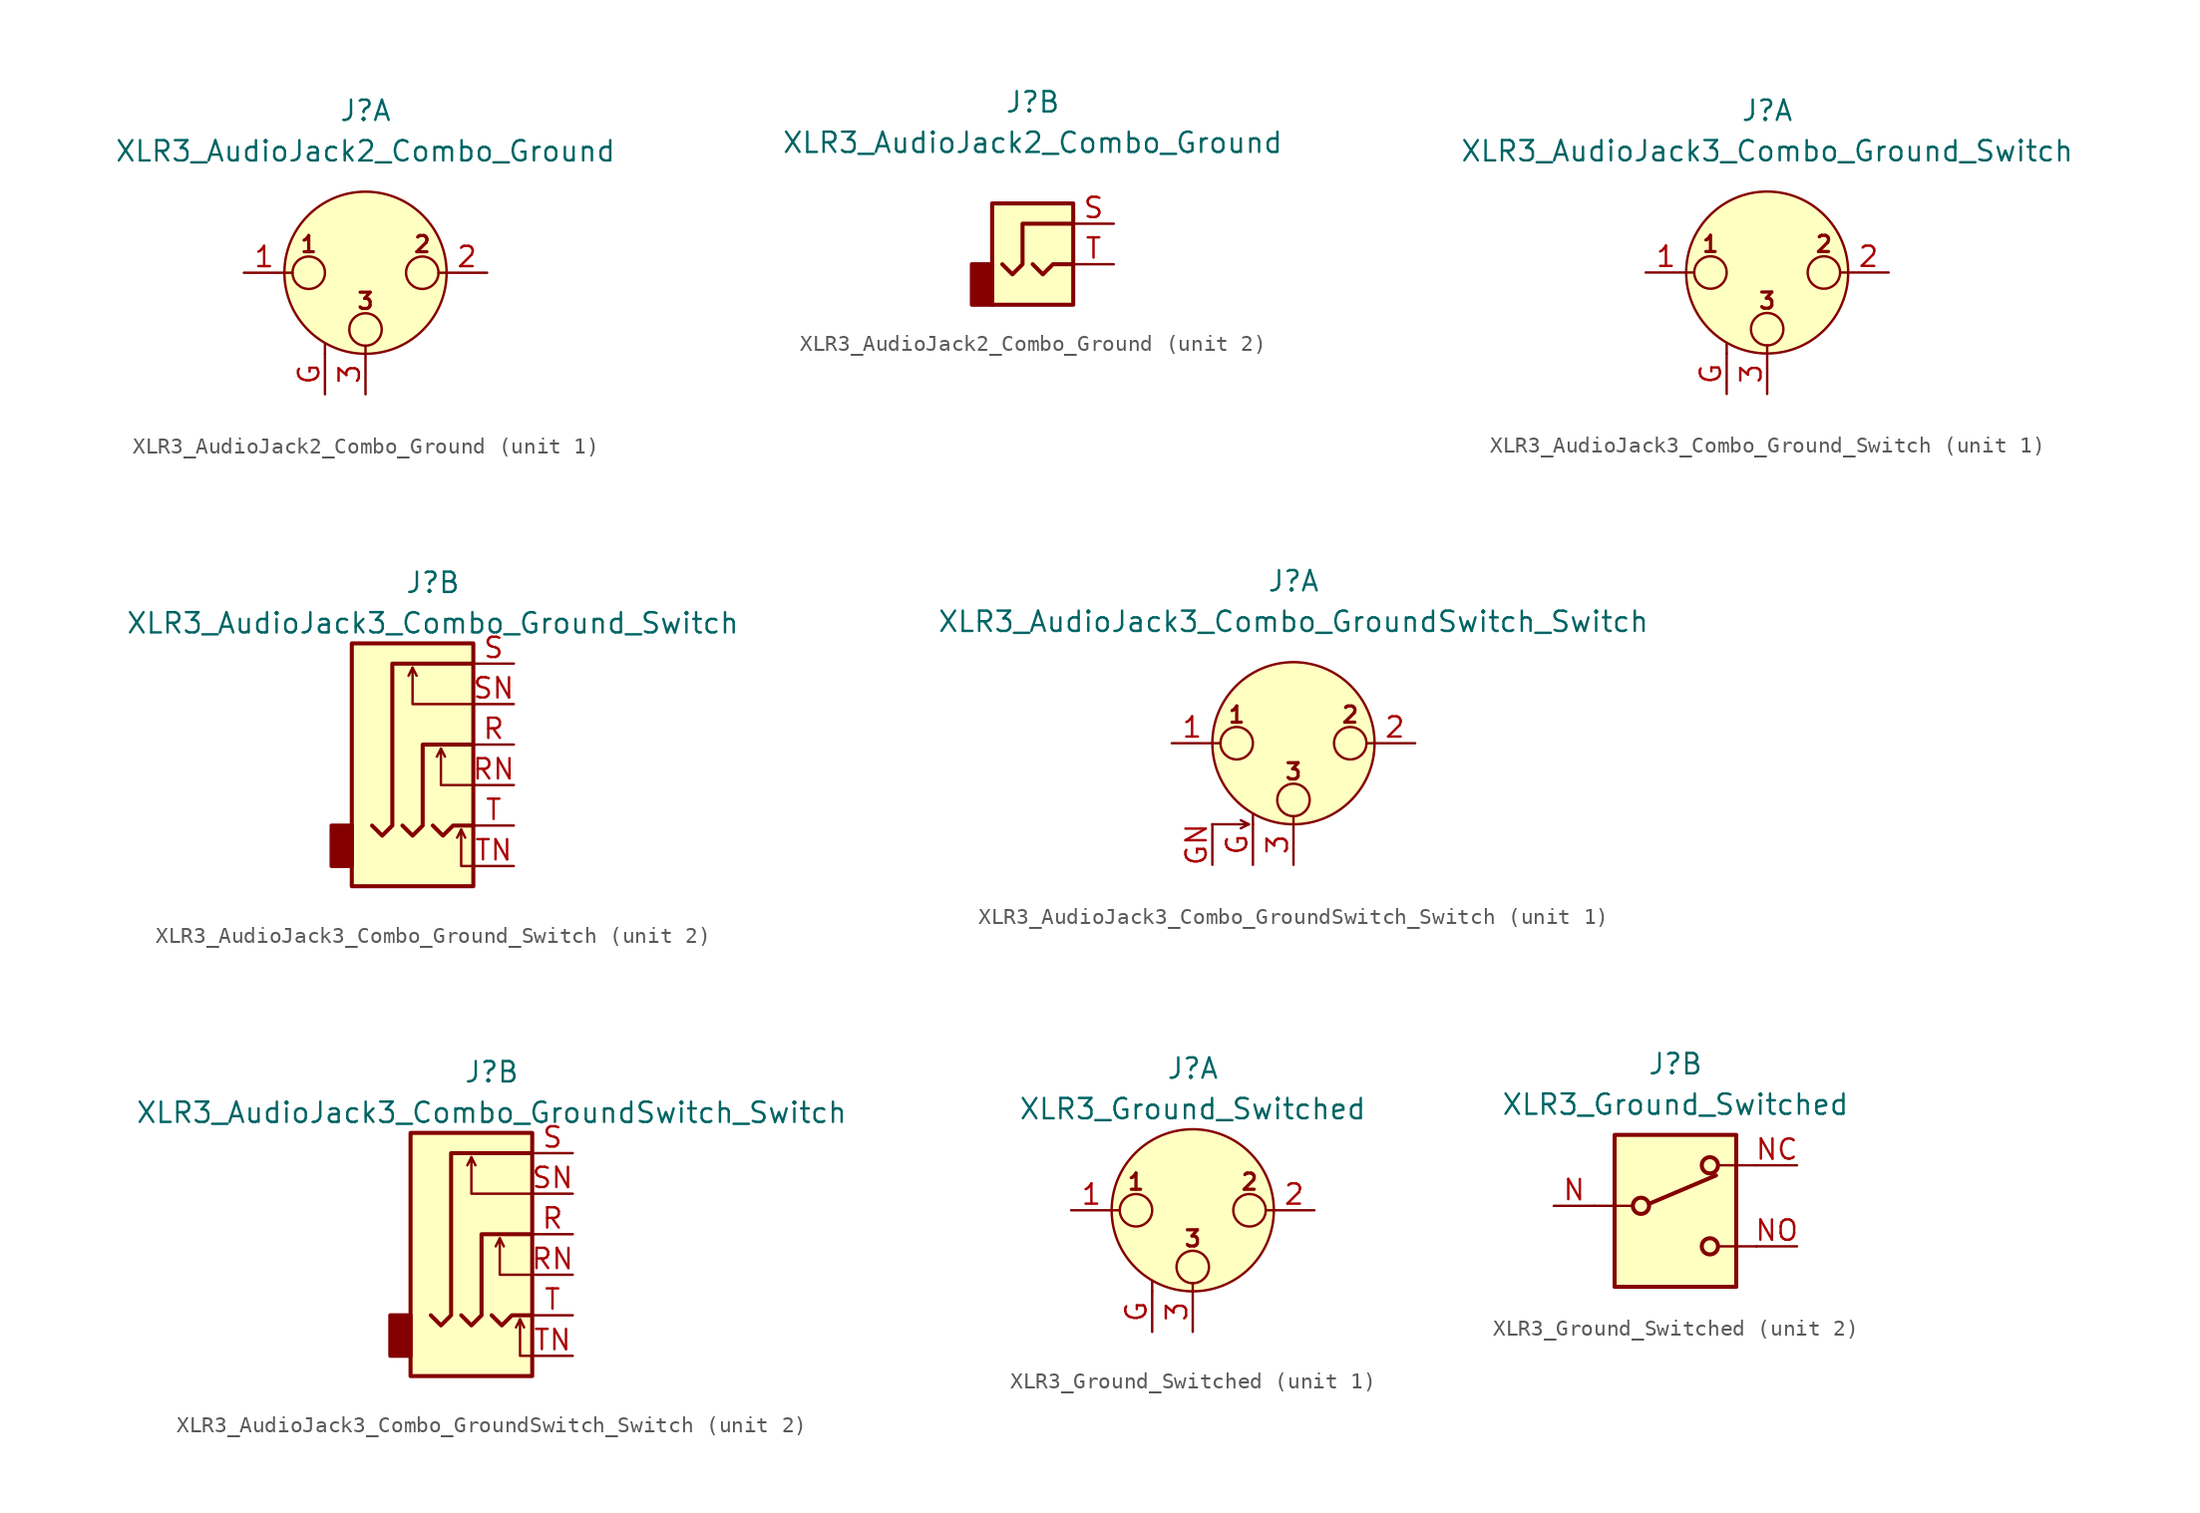
<source format=kicad_sym>
(kicad_symbol_lib
  (version 20211014)
  (generator kicad_symbol_editor)
  (symbol "XLR3_AudioJack2_Combo_Ground"
    (pin_names hide)
    (property "Reference" "J"
      (at 0 10.16 0)
      (effects (font (size 1.27 1.27))))
    (property "Value" "XLR3_AudioJack2_Combo_Ground"
      (at 0 7.62 0)
      (effects (font (size 1.27 1.27))))
    (symbol "XLR3_AudioJack2_Combo_Ground_1_1"
      (circle (center -3.556 0) (radius 1.016) (stroke (width 0) (type default) (color 0 0 0 0)) (fill (type none)))
      (circle (center 0 -3.556) (radius 1.016) (stroke (width 0) (type default) (color 0 0 0 0)) (fill (type none)))
      (polyline (pts (xy -5.08 0) (xy -4.572 0)) (stroke (width 0) (type default) (color 0 0 0 0)) (fill (type none)))
      (polyline (pts (xy -2.54 -5.08) (xy -2.54 -4.445)) (stroke (width 0) (type default) (color 0 0 0 0)) (fill (type none)))
      (polyline (pts (xy 0 -5.08) (xy 0 -4.572)) (stroke (width 0) (type default) (color 0 0 0 0)) (fill (type none)))
      (polyline (pts (xy 5.08 0) (xy 4.572 0)) (stroke (width 0) (type default) (color 0 0 0 0)) (fill (type none)))
      (circle (center 0 0) (radius 5.08) (stroke (width 0) (type default) (color 0 0 0 0)) (fill (type background)))
      (circle (center 3.556 0) (radius 1.016) (stroke (width 0) (type default) (color 0 0 0 0)) (fill (type none)))
      (text "1" (at -3.556 1.778 0) (effects (font (size 1.016 1.016) bold)))
      (text "2" (at 3.556 1.778 0) (effects (font (size 1.016 1.016) bold)))
      (text "3" (at 0 -1.778 0) (effects (font (size 1.016 1.016) bold)))
      (pin passive line (at -7.62 0 0) (length 2.54) (name "~" (effects (font (size 1.27 1.27)))) (number "1" (effects (font (size 1.27 1.27)))))
      (pin passive line (at 7.62 0 180) (length 2.54) (name "~" (effects (font (size 1.27 1.27)))) (number "2" (effects (font (size 1.27 1.27)))))
      (pin passive line (at 0 -7.62 90) (length 2.54) (name "~" (effects (font (size 1.27 1.27)))) (number "3" (effects (font (size 1.27 1.27)))))
      (pin passive line (at -2.54 -7.62 90) (length 2.54) (name "~" (effects (font (size 1.27 1.27)))) (number "G" (effects (font (size 1.27 1.27))))))
    (symbol "XLR3_AudioJack2_Combo_Ground_2_1"
      (rectangle (start -2.54 0) (end -3.81 -2.54) (stroke (width 0.254) (type default) (color 0 0 0 0)) (fill (type outline)))
      (polyline (pts (xy 0 0) (xy 0.635 -0.635) (xy 1.27 0) (xy 2.54 0)) (stroke (width 0.254) (type default) (color 0 0 0 0)) (fill (type none)))
      (polyline (pts (xy 2.54 2.54) (xy -0.635 2.54) (xy -0.635 0) (xy -1.27 -0.635) (xy -1.905 0)) (stroke (width 0.254) (type default) (color 0 0 0 0)) (fill (type none)))
      (rectangle (start 2.54 3.81) (end -2.54 -2.54) (stroke (width 0.254) (type default) (color 0 0 0 0)) (fill (type background)))
      (pin passive line (at 5.08 2.54 180) (length 2.54) (name "~" (effects (font (size 1.27 1.27)))) (number "S" (effects (font (size 1.27 1.27)))))
      (pin passive line (at 5.08 0 180) (length 2.54) (name "~" (effects (font (size 1.27 1.27)))) (number "T" (effects (font (size 1.27 1.27)))))))
  (symbol "XLR3_AudioJack3_Combo_Ground_Switch"
    (pin_names hide)
    (property "Reference" "J"
      (at 0 10.16 0)
      (effects (font (size 1.27 1.27))))
    (property "Value" "XLR3_AudioJack3_Combo_Ground_Switch"
      (at 0 7.62 0)
      (effects (font (size 1.27 1.27))))
    (symbol "XLR3_AudioJack3_Combo_Ground_Switch_1_1"
      (circle (center -3.556 0) (radius 1.016) (stroke (width 0) (type default) (color 0 0 0 0)) (fill (type none)))
      (circle (center 0 -3.556) (radius 1.016) (stroke (width 0) (type default) (color 0 0 0 0)) (fill (type none)))
      (polyline (pts (xy -5.08 0) (xy -4.572 0)) (stroke (width 0) (type default) (color 0 0 0 0)) (fill (type none)))
      (polyline (pts (xy -2.54 -5.08) (xy -2.54 -4.445)) (stroke (width 0) (type default) (color 0 0 0 0)) (fill (type none)))
      (polyline (pts (xy 0 -5.08) (xy 0 -4.572)) (stroke (width 0) (type default) (color 0 0 0 0)) (fill (type none)))
      (polyline (pts (xy 5.08 0) (xy 4.572 0)) (stroke (width 0) (type default) (color 0 0 0 0)) (fill (type none)))
      (circle (center 0 0) (radius 5.08) (stroke (width 0) (type default) (color 0 0 0 0)) (fill (type background)))
      (circle (center 3.556 0) (radius 1.016) (stroke (width 0) (type default) (color 0 0 0 0)) (fill (type none)))
      (text "1" (at -3.556 1.778 0) (effects (font (size 1.016 1.016) bold)))
      (text "2" (at 3.556 1.778 0) (effects (font (size 1.016 1.016) bold)))
      (text "3" (at 0 -1.778 0) (effects (font (size 1.016 1.016) bold)))
      (pin passive line (at -7.62 0 0) (length 2.54) (name "~" (effects (font (size 1.27 1.27)))) (number "1" (effects (font (size 1.27 1.27)))))
      (pin passive line (at 7.62 0 180) (length 2.54) (name "~" (effects (font (size 1.27 1.27)))) (number "2" (effects (font (size 1.27 1.27)))))
      (pin passive line (at 0 -7.62 90) (length 2.54) (name "~" (effects (font (size 1.27 1.27)))) (number "3" (effects (font (size 1.27 1.27)))))
      (pin passive line (at -2.54 -7.62 90) (length 2.54) (name "~" (effects (font (size 1.27 1.27)))) (number "G" (effects (font (size 1.27 1.27))))))
    (symbol "XLR3_AudioJack3_Combo_Ground_Switch_2_1"
      (rectangle (start -5.08 -5.08) (end -6.35 -7.62) (stroke (width 0.254) (type default) (color 0 0 0 0)) (fill (type outline)))
      (polyline (pts (xy -1.27 4.826) (xy -1.016 4.318)) (stroke (width 0) (type default) (color 0 0 0 0)) (fill (type none)))
      (polyline (pts (xy 0.508 -0.254) (xy 0.762 -0.762)) (stroke (width 0) (type default) (color 0 0 0 0)) (fill (type none)))
      (polyline (pts (xy 1.778 -5.334) (xy 2.032 -5.842)) (stroke (width 0) (type default) (color 0 0 0 0)) (fill (type none)))
      (polyline (pts (xy 0 -5.08) (xy 0.635 -5.715) (xy 1.27 -5.08) (xy 2.54 -5.08)) (stroke (width 0.254) (type default) (color 0 0 0 0)) (fill (type none)))
      (polyline (pts (xy 2.54 -7.62) (xy 1.778 -7.62) (xy 1.778 -5.334) (xy 1.524 -5.842)) (stroke (width 0) (type default) (color 0 0 0 0)) (fill (type none)))
      (polyline (pts (xy 2.54 -2.54) (xy 0.508 -2.54) (xy 0.508 -0.254) (xy 0.254 -0.762)) (stroke (width 0) (type default) (color 0 0 0 0)) (fill (type none)))
      (polyline (pts (xy 2.54 2.54) (xy -1.27 2.54) (xy -1.27 4.826) (xy -1.524 4.318)) (stroke (width 0) (type default) (color 0 0 0 0)) (fill (type none)))
      (polyline (pts (xy -1.905 -5.08) (xy -1.27 -5.715) (xy -0.635 -5.08) (xy -0.635 0) (xy 2.54 0)) (stroke (width 0.254) (type default) (color 0 0 0 0)) (fill (type none)))
      (polyline (pts (xy 2.54 5.08) (xy -2.54 5.08) (xy -2.54 -5.08) (xy -3.175 -5.715) (xy -3.81 -5.08)) (stroke (width 0.254) (type default) (color 0 0 0 0)) (fill (type none)))
      (rectangle (start 2.54 6.35) (end -5.08 -8.89) (stroke (width 0.254) (type default) (color 0 0 0 0)) (fill (type background)))
      (pin passive line (at 5.08 0 180) (length 2.54) (name "~" (effects (font (size 1.27 1.27)))) (number "R" (effects (font (size 1.27 1.27)))))
      (pin passive line (at 5.08 -2.54 180) (length 2.54) (name "~" (effects (font (size 1.27 1.27)))) (number "RN" (effects (font (size 1.27 1.27)))))
      (pin passive line (at 5.08 5.08 180) (length 2.54) (name "~" (effects (font (size 1.27 1.27)))) (number "S" (effects (font (size 1.27 1.27)))))
      (pin passive line (at 5.08 2.54 180) (length 2.54) (name "~" (effects (font (size 1.27 1.27)))) (number "SN" (effects (font (size 1.27 1.27)))))
      (pin passive line (at 5.08 -5.08 180) (length 2.54) (name "~" (effects (font (size 1.27 1.27)))) (number "T" (effects (font (size 1.27 1.27)))))
      (pin passive line (at 5.08 -7.62 180) (length 2.54) (name "~" (effects (font (size 1.27 1.27)))) (number "TN" (effects (font (size 1.27 1.27)))))))
  (symbol "XLR3_AudioJack3_Combo_GroundSwitch_Switch"
    (pin_names hide)
    (property "Reference" "J"
      (at 0 10.16 0)
      (effects (font (size 1.27 1.27))))
    (property "Value" "XLR3_AudioJack3_Combo_GroundSwitch_Switch"
      (at 0 7.62 0)
      (effects (font (size 1.27 1.27))))
    (symbol "XLR3_AudioJack3_Combo_GroundSwitch_Switch_1_1"
      (circle (center -3.556 0) (radius 1.016) (stroke (width 0) (type default) (color 0 0 0 0)) (fill (type none)))
      (circle (center 0 -3.556) (radius 1.016) (stroke (width 0) (type default) (color 0 0 0 0)) (fill (type none)))
      (polyline (pts (xy -5.08 0) (xy -4.572 0)) (stroke (width 0) (type default) (color 0 0 0 0)) (fill (type none)))
      (polyline (pts (xy -2.794 -5.08) (xy -3.302 -5.334)) (stroke (width 0) (type default) (color 0 0 0 0)) (fill (type none)))
      (polyline (pts (xy -2.54 -5.08) (xy -2.54 -4.445)) (stroke (width 0) (type default) (color 0 0 0 0)) (fill (type none)))
      (polyline (pts (xy 0 -5.08) (xy 0 -4.572)) (stroke (width 0) (type default) (color 0 0 0 0)) (fill (type none)))
      (polyline (pts (xy 5.08 0) (xy 4.572 0)) (stroke (width 0) (type default) (color 0 0 0 0)) (fill (type none)))
      (polyline (pts (xy -5.08 -5.08) (xy -2.794 -5.08) (xy -3.302 -4.826)) (stroke (width 0) (type default) (color 0 0 0 0)) (fill (type none)))
      (circle (center 0 0) (radius 5.08) (stroke (width 0) (type default) (color 0 0 0 0)) (fill (type background)))
      (circle (center 3.556 0) (radius 1.016) (stroke (width 0) (type default) (color 0 0 0 0)) (fill (type none)))
      (text "1" (at -3.556 1.778 0) (effects (font (size 1.016 1.016) bold)))
      (text "2" (at 3.556 1.778 0) (effects (font (size 1.016 1.016) bold)))
      (text "3" (at 0 -1.778 0) (effects (font (size 1.016 1.016) bold)))
      (pin passive line (at -7.62 0 0) (length 2.54) (name "~" (effects (font (size 1.27 1.27)))) (number "1" (effects (font (size 1.27 1.27)))))
      (pin passive line (at 7.62 0 180) (length 2.54) (name "~" (effects (font (size 1.27 1.27)))) (number "2" (effects (font (size 1.27 1.27)))))
      (pin passive line (at 0 -7.62 90) (length 2.54) (name "~" (effects (font (size 1.27 1.27)))) (number "3" (effects (font (size 1.27 1.27)))))
      (pin passive line (at -2.54 -7.62 90) (length 2.54) (name "~" (effects (font (size 1.27 1.27)))) (number "G" (effects (font (size 1.27 1.27)))))
      (pin passive line (at -5.08 -7.62 90) (length 2.54) (name "~" (effects (font (size 1.27 1.27)))) (number "GN" (effects (font (size 1.27 1.27))))))
    (symbol "XLR3_AudioJack3_Combo_GroundSwitch_Switch_2_1"
      (rectangle (start -5.08 -5.08) (end -6.35 -7.62) (stroke (width 0.254) (type default) (color 0 0 0 0)) (fill (type outline)))
      (polyline (pts (xy -1.27 4.826) (xy -1.016 4.318)) (stroke (width 0) (type default) (color 0 0 0 0)) (fill (type none)))
      (polyline (pts (xy 0.508 -0.254) (xy 0.762 -0.762)) (stroke (width 0) (type default) (color 0 0 0 0)) (fill (type none)))
      (polyline (pts (xy 1.778 -5.334) (xy 2.032 -5.842)) (stroke (width 0) (type default) (color 0 0 0 0)) (fill (type none)))
      (polyline (pts (xy 0 -5.08) (xy 0.635 -5.715) (xy 1.27 -5.08) (xy 2.54 -5.08)) (stroke (width 0.254) (type default) (color 0 0 0 0)) (fill (type none)))
      (polyline (pts (xy 2.54 -7.62) (xy 1.778 -7.62) (xy 1.778 -5.334) (xy 1.524 -5.842)) (stroke (width 0) (type default) (color 0 0 0 0)) (fill (type none)))
      (polyline (pts (xy 2.54 -2.54) (xy 0.508 -2.54) (xy 0.508 -0.254) (xy 0.254 -0.762)) (stroke (width 0) (type default) (color 0 0 0 0)) (fill (type none)))
      (polyline (pts (xy 2.54 2.54) (xy -1.27 2.54) (xy -1.27 4.826) (xy -1.524 4.318)) (stroke (width 0) (type default) (color 0 0 0 0)) (fill (type none)))
      (polyline (pts (xy -1.905 -5.08) (xy -1.27 -5.715) (xy -0.635 -5.08) (xy -0.635 0) (xy 2.54 0)) (stroke (width 0.254) (type default) (color 0 0 0 0)) (fill (type none)))
      (polyline (pts (xy 2.54 5.08) (xy -2.54 5.08) (xy -2.54 -5.08) (xy -3.175 -5.715) (xy -3.81 -5.08)) (stroke (width 0.254) (type default) (color 0 0 0 0)) (fill (type none)))
      (rectangle (start 2.54 6.35) (end -5.08 -8.89) (stroke (width 0.254) (type default) (color 0 0 0 0)) (fill (type background)))
      (pin passive line (at 5.08 0 180) (length 2.54) (name "~" (effects (font (size 1.27 1.27)))) (number "R" (effects (font (size 1.27 1.27)))))
      (pin passive line (at 5.08 -2.54 180) (length 2.54) (name "~" (effects (font (size 1.27 1.27)))) (number "RN" (effects (font (size 1.27 1.27)))))
      (pin passive line (at 5.08 5.08 180) (length 2.54) (name "~" (effects (font (size 1.27 1.27)))) (number "S" (effects (font (size 1.27 1.27)))))
      (pin passive line (at 5.08 2.54 180) (length 2.54) (name "~" (effects (font (size 1.27 1.27)))) (number "SN" (effects (font (size 1.27 1.27)))))
      (pin passive line (at 5.08 -5.08 180) (length 2.54) (name "~" (effects (font (size 1.27 1.27)))) (number "T" (effects (font (size 1.27 1.27)))))
      (pin passive line (at 5.08 -7.62 180) (length 2.54) (name "~" (effects (font (size 1.27 1.27)))) (number "TN" (effects (font (size 1.27 1.27)))))))
  (symbol "XLR3_Ground_Switched"
    (pin_names hide)
    (property "Reference" "J"
      (at 0 8.89 0)
      (effects (font (size 1.27 1.27))))
    (property "Value" "XLR3_Ground_Switched"
      (at 0 6.35 0)
      (effects (font (size 1.27 1.27))))
    (symbol "XLR3_Ground_Switched_1_1"
      (circle (center -3.556 0) (radius 1.016) (stroke (width 0) (type default) (color 0 0 0 0)) (fill (type none)))
      (circle (center 0 -3.556) (radius 1.016) (stroke (width 0) (type default) (color 0 0 0 0)) (fill (type none)))
      (polyline (pts (xy -5.08 0) (xy -4.572 0)) (stroke (width 0) (type default) (color 0 0 0 0)) (fill (type none)))
      (polyline (pts (xy -2.54 -5.08) (xy -2.54 -4.445)) (stroke (width 0) (type default) (color 0 0 0 0)) (fill (type none)))
      (polyline (pts (xy 0 -5.08) (xy 0 -4.572)) (stroke (width 0) (type default) (color 0 0 0 0)) (fill (type none)))
      (polyline (pts (xy 5.08 0) (xy 4.572 0)) (stroke (width 0) (type default) (color 0 0 0 0)) (fill (type none)))
      (circle (center 0 0) (radius 5.08) (stroke (width 0) (type default) (color 0 0 0 0)) (fill (type background)))
      (circle (center 3.556 0) (radius 1.016) (stroke (width 0) (type default) (color 0 0 0 0)) (fill (type none)))
      (text "1" (at -3.556 1.778 0) (effects (font (size 1.016 1.016) bold)))
      (text "2" (at 3.556 1.778 0) (effects (font (size 1.016 1.016) bold)))
      (text "3" (at 0 -1.778 0) (effects (font (size 1.016 1.016) bold)))
      (pin passive line (at -7.62 0 0) (length 2.54) (name "~" (effects (font (size 1.27 1.27)))) (number "1" (effects (font (size 1.27 1.27)))))
      (pin passive line (at 7.62 0 180) (length 2.54) (name "~" (effects (font (size 1.27 1.27)))) (number "2" (effects (font (size 1.27 1.27)))))
      (pin passive line (at 0 -7.62 90) (length 2.54) (name "~" (effects (font (size 1.27 1.27)))) (number "3" (effects (font (size 1.27 1.27)))))
      (pin passive line (at -2.54 -7.62 90) (length 2.54) (name "~" (effects (font (size 1.27 1.27)))) (number "G" (effects (font (size 1.27 1.27))))))
    (symbol "XLR3_Ground_Switched_2_1"
      (rectangle (start -3.81 4.445) (end 3.81 -5.08) (stroke (width 0.254) (type default) (color 0 0 0 0)) (fill (type background)))
      (circle (center -2.159 0) (radius 0.508) (stroke (width 0.254) (type default) (color 0 0 0 0)) (fill (type none)))
      (polyline (pts (xy -5.08 0) (xy -2.794 0)) (stroke (width 0) (type default) (color 0 0 0 0)) (fill (type none)))
      (polyline (pts (xy -1.651 0.127) (xy 2.54 1.905)) (stroke (width 0.254) (type default) (color 0 0 0 0)) (fill (type none)))
      (polyline (pts (xy 5.08 -2.54) (xy 2.794 -2.54)) (stroke (width 0) (type default) (color 0 0 0 0)) (fill (type none)))
      (polyline (pts (xy 5.08 2.54) (xy 2.794 2.54)) (stroke (width 0) (type default) (color 0 0 0 0)) (fill (type none)))
      (circle (center 2.159 -2.54) (radius 0.508) (stroke (width 0.254) (type default) (color 0 0 0 0)) (fill (type none)))
      (circle (center 2.159 2.54) (radius 0.508) (stroke (width 0.254) (type default) (color 0 0 0 0)) (fill (type none)))
      (pin passive line (at -7.62 0 0) (length 2.54) (name "~" (effects (font (size 1.27 1.27)))) (number "N" (effects (font (size 1.27 1.27)))))
      (pin passive line (at 7.62 2.54 180) (length 2.54) (name "~" (effects (font (size 1.27 1.27)))) (number "NC" (effects (font (size 1.27 1.27)))))
      (pin passive line (at 7.62 -2.54 180) (length 2.54) (name "~" (effects (font (size 1.27 1.27)))) (number "NO" (effects (font (size 1.27 1.27))))))))
</source>
